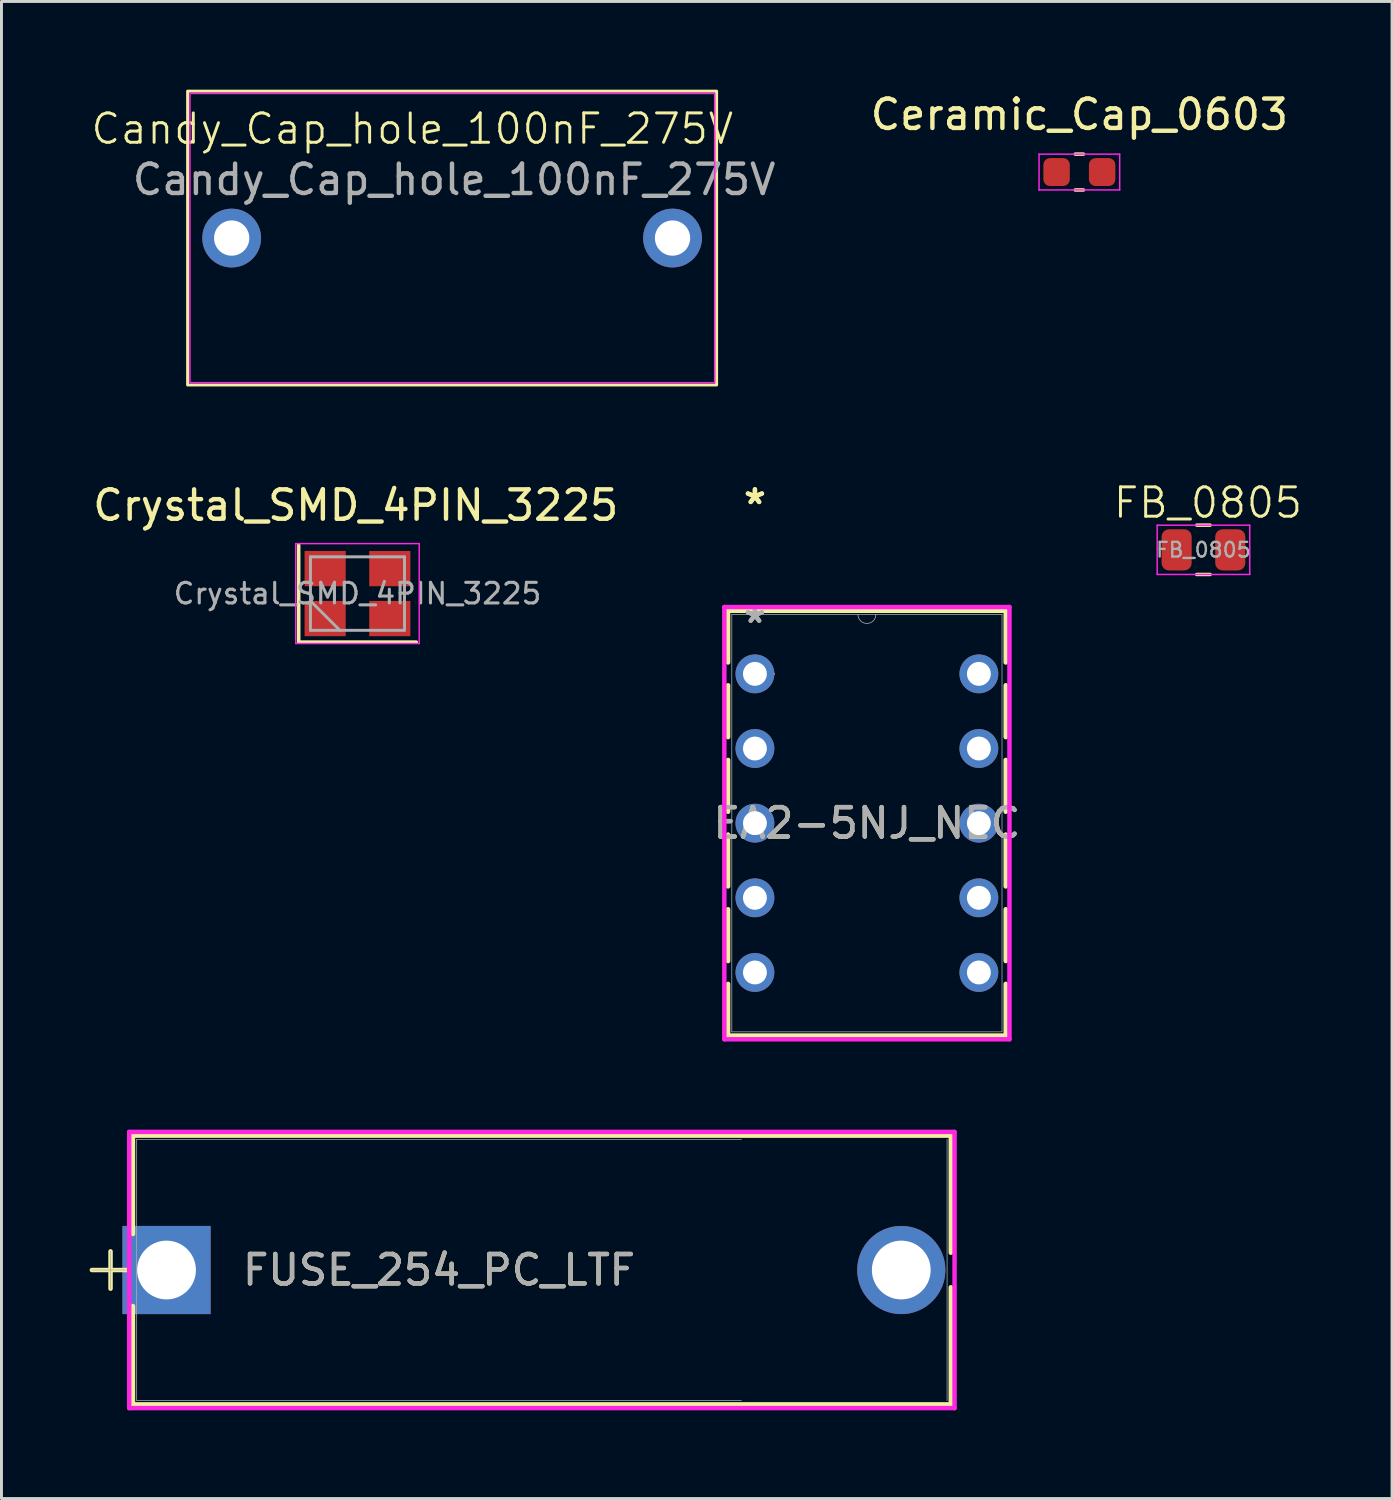
<source format=kicad_pcb>
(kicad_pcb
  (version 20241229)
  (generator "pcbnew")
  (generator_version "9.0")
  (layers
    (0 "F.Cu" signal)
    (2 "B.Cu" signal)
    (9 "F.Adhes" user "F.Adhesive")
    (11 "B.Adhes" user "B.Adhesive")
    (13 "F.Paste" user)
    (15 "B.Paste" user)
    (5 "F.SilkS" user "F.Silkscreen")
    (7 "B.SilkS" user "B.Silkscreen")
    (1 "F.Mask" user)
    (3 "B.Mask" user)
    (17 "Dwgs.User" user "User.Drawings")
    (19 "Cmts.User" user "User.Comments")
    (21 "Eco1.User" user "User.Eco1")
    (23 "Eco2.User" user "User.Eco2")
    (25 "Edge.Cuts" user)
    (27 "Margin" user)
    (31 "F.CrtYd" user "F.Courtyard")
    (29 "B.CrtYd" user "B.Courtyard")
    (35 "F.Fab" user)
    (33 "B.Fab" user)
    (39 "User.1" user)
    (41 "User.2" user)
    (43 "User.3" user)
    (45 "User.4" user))
  (footprint "FUSE_254_PC_LTF"
    (layer "F.Cu")
    (at 2.616 40.162)
    (property "Reference" "FUSE_254_PC_LTF" (at 9.271 0 0) (unlocked yes) (layer "F.SilkS") (effects (font (size 1 1) (thickness 0.15))))
    (attr through_hole)
    (fp_line (start -2.54 0) (end -1.285 0) (stroke (width 0.152) (type solid)) (layer "F.SilkS"))
    (fp_line (start -1.905 -0.635) (end -1.905 0.635) (stroke (width 0.152) (type solid)) (layer "F.SilkS"))
    (fp_line (start -1.143 -4.572) (end -1.143 -1.225) (stroke (width 0.152) (type solid)) (layer "F.SilkS"))
    (fp_line (start -1.143 1.225) (end -1.143 4.572) (stroke (width 0.152) (type solid)) (layer "F.SilkS"))
    (fp_line (start 26.685 -4.572) (end -1.143 -4.572) (stroke (width 0.152) (type solid)) (layer "F.SilkS"))
    (fp_line (start 26.685 -4.572) (end 26.685 -0.588) (stroke (width 0.152) (type solid)) (layer "F.SilkS"))
    (fp_line (start 26.685 0.588) (end 26.685 4.572) (stroke (width 0.152) (type solid)) (layer "F.SilkS"))
    (fp_line (start 26.685 4.572) (end -1.143 4.572) (stroke (width 0.152) (type solid)) (layer "F.SilkS"))
    (fp_line (start -1.27 -4.699) (end 26.812 -4.699) (stroke (width 0.152) (type solid)) (layer "F.CrtYd"))
    (fp_line (start -1.27 4.699) (end -1.27 -4.699) (stroke (width 0.152) (type solid)) (layer "F.CrtYd"))
    (fp_line (start 26.812 -4.699) (end 26.812 4.699) (stroke (width 0.152) (type solid)) (layer "F.CrtYd"))
    (fp_line (start 26.812 4.699) (end -1.27 4.699) (stroke (width 0.152) (type solid)) (layer "F.CrtYd"))
    (fp_line (start -2.54 0) (end -1.27 0) (stroke (width 0.025) (type solid)) (layer "F.Fab"))
    (fp_line (start -1.905 -0.635) (end -1.905 0.635) (stroke (width 0.025) (type solid)) (layer "F.Fab"))
    (fp_line (start -1.016 -4.445) (end -1.016 4.445) (stroke (width 0.025) (type solid)) (layer "F.Fab"))
    (fp_line (start 19.558 -4.445) (end -1.016 -4.445) (stroke (width 0.025) (type solid)) (layer "F.Fab"))
    (fp_line (start 19.558 4.445) (end -1.016 4.445) (stroke (width 0.025) (type solid)) (layer "F.Fab"))
    (fp_line (start 26.558 -4.445) (end 26.558 4.445) (stroke (width 0.025) (type solid)) (layer "F.Fab"))
    (fp_text user "${REFERENCE}" (at 9.271 0 0) (unlocked yes) (layer "F.Fab") (effects (font (size 1 1) (thickness 0.15))))
    (pad "1" thru_hole rect (at 0 0) (size 3 3) (drill 2) (layers "*.Cu" "*.Mask"))
    (pad "2" thru_hole circle (at 25 0) (size 3 3) (drill 2) (layers "*.Cu" "*.Mask")))
  (footprint "Crystal_SMD_4PIN_3225"
    (layer "F.Cu")
    (at 9.054 17.144)
    (property "Reference" "Crystal_SMD_4PIN_3225" (at 0 -3 0) (layer "F.SilkS") (effects (font (size 1 1) (thickness 0.15))))
    (attr smd)
    (fp_line (start -1.941 -1.648) (end -1.941 1.652) (stroke (width 0.12) (type solid)) (layer "F.SilkS"))
    (fp_line (start -1.941 1.652) (end 2.059 1.652) (stroke (width 0.12) (type solid)) (layer "F.SilkS"))
    (fp_line (start -2.041 -1.698) (end -2.041 1.702) (stroke (width 0.05) (type solid)) (layer "F.CrtYd"))
    (fp_line (start -2.041 1.702) (end 2.159 1.702) (stroke (width 0.05) (type solid)) (layer "F.CrtYd"))
    (fp_line (start 2.159 -1.698) (end -2.041 -1.698) (stroke (width 0.05) (type solid)) (layer "F.CrtYd"))
    (fp_line (start 2.159 1.702) (end 2.159 -1.698) (stroke (width 0.05) (type solid)) (layer "F.CrtYd"))
    (fp_line (start -1.541 -1.248) (end -1.541 1.252) (stroke (width 0.1) (type solid)) (layer "F.Fab"))
    (fp_line (start -1.541 0.252) (end -0.541 1.252) (stroke (width 0.1) (type solid)) (layer "F.Fab"))
    (fp_line (start -1.541 1.252) (end 1.659 1.252) (stroke (width 0.1) (type solid)) (layer "F.Fab"))
    (fp_line (start 1.659 -1.248) (end -1.541 -1.248) (stroke (width 0.1) (type solid)) (layer "F.Fab"))
    (fp_line (start 1.659 1.252) (end 1.659 -1.248) (stroke (width 0.1) (type solid)) (layer "F.Fab"))
    (fp_text user "${REFERENCE}" (at 0.059 0.002 0) (layer "F.Fab") (effects (font (size 0.7 0.7) (thickness 0.105))))
    (pad "1" smd rect (at -1.041 0.852) (size 1.4 1.2) (layers "F.Cu" "F.Mask" "F.Paste"))
    (pad "2" smd rect (at 1.159 0.852) (size 1.4 1.2) (layers "F.Cu" "F.Mask" "F.Paste"))
    (pad "3" smd rect (at 1.159 -0.848) (size 1.4 1.2) (layers "F.Cu" "F.Mask" "F.Paste"))
    (pad "4" smd rect (at -1.041 -0.848) (size 1.4 1.2) (layers "F.Cu" "F.Mask" "F.Paste")))
  (footprint "FB_0805"
    (layer "F.Cu")
    (at 36.196 16.648)
    (property "Reference" "FB_0805" (at 1.854 -2.591 0) (unlocked yes) (layer "F.SilkS") (effects (font (size 1 1) (thickness 0.1))))
    (attr smd)
    (fp_line (start 1.473 -0.152) (end 1.927 -0.152) (stroke (width 0.12) (type solid)) (layer "F.SilkS"))
    (fp_line (start 1.475 -1.829) (end 1.929 -1.829) (stroke (width 0.12) (type solid)) (layer "F.SilkS"))
    (fp_line (start 0.127 -1.829) (end 3.277 -1.829) (stroke (width 0.05) (type solid)) (layer "F.CrtYd"))
    (fp_line (start 0.127 -0.152) (end 0.127 -1.829) (stroke (width 0.05) (type solid)) (layer "F.CrtYd"))
    (fp_line (start 3.277 -1.829) (end 3.277 -0.152) (stroke (width 0.05) (type solid)) (layer "F.CrtYd"))
    (fp_line (start 3.277 -0.152) (end 0.127 -0.152) (stroke (width 0.05) (type solid)) (layer "F.CrtYd"))
    (fp_text user "${REFERENCE}" (at 1.7 -0.989 0) (layer "F.Fab") (effects (font (size 0.5 0.5) (thickness 0.08))))
    (pad "1" smd roundrect (at 0.788 -0.989) (size 1.025 1.4) (layers "F.Cu" "F.Mask" "F.Paste") (roundrect_rratio 0.244))
    (pad "2" smd roundrect (at 2.613 -0.989) (size 1.025 1.4) (layers "F.Cu" "F.Mask" "F.Paste") (roundrect_rratio 0.244)))
  (footprint "Ceramic_Cap_0603"
    (layer "F.Cu")
    (at 33.675 2.804)
    (property "Reference" "Ceramic_Cap_0603" (at 0 -1.956 0) (layer "F.SilkS") (effects (font (size 1 1) (thickness 0.15))))
    (attr smd)
    (fp_line (start -0.141 -0.61) (end 0.141 -0.61) (stroke (width 0.12) (type solid)) (layer "F.SilkS"))
    (fp_line (start -0.141 0.61) (end 0.141 0.61) (stroke (width 0.12) (type solid)) (layer "F.SilkS"))
    (fp_line (start -1.372 -0.61) (end 1.372 -0.61) (stroke (width 0.05) (type solid)) (layer "F.CrtYd"))
    (fp_line (start -1.372 0.61) (end -1.372 -0.61) (stroke (width 0.05) (type solid)) (layer "F.CrtYd"))
    (fp_line (start 1.372 -0.61) (end 1.372 0.61) (stroke (width 0.05) (type solid)) (layer "F.CrtYd"))
    (fp_line (start 1.372 0.609) (end -1.372 0.609) (stroke (width 0.05) (type solid)) (layer "F.CrtYd"))
    (pad "1" smd roundrect (at -0.775 0) (size 0.9 0.95) (layers "F.Cu" "F.Mask" "F.Paste") (roundrect_rratio 0.25))
    (pad "2" smd roundrect (at 0.775 0) (size 0.9 0.95) (layers "F.Cu" "F.Mask" "F.Paste") (roundrect_rratio 0.25)))
  (footprint "Candy_Cap_hole_100nF_275V"
    (layer "F.Cu")
    (at 3.359 10.046)
    (property "Reference" "Candy_Cap_hole_100nF_275V" (at 7.62 -8.712 0) (unlocked yes) (layer "F.SilkS") (effects (font (size 1 1) (thickness 0.1))))
    (attr through_hole)
    (fp_rect (start -0.026 -9.996) (end 17.974 0.004) (stroke (width 0.1) (type default)) (fill no) (layer "F.SilkS"))
    (fp_rect (start 0.054 -9.916) (end 17.907 -0.076) (stroke (width 0.05) (type default)) (fill no) (layer "F.CrtYd"))
    (fp_text user "${REFERENCE}" (at 9.042 -6.985 0) (unlocked yes) (layer "F.Fab") (effects (font (size 1 1) (thickness 0.15))))
    (pad "1" thru_hole circle (at 1.474 -4.996) (size 2 2) (drill 1.2) (layers "*.Cu" "*.Mask"))
    (pad "2" thru_hole circle (at 16.474 -4.996) (size 2 2) (drill 1.2) (layers "*.Cu" "*.Mask")))
  (footprint "EA2-5NJ_NEC"
    (layer "F.Cu")
    (at 22.636 19.878)
    (property "Reference" "EA2-5NJ_NEC" (at 3.81 5.079 0) (unlocked yes) (layer "F.SilkS") (effects (font (size 1 1) (thickness 0.15))))
    (attr through_hole)
    (fp_line (start -0.914 -2.147) (end -0.914 -0.388) (stroke (width 0.152) (type solid)) (layer "F.SilkS"))
    (fp_line (start -0.914 0.388) (end -0.914 2.152) (stroke (width 0.152) (type solid)) (layer "F.SilkS"))
    (fp_line (start -0.914 2.928) (end -0.914 4.692) (stroke (width 0.152) (type solid)) (layer "F.SilkS"))
    (fp_line (start -0.914 5.468) (end -0.914 7.232) (stroke (width 0.152) (type solid)) (layer "F.SilkS"))
    (fp_line (start -0.914 8.008) (end -0.914 9.772) (stroke (width 0.152) (type solid)) (layer "F.SilkS"))
    (fp_line (start -0.914 10.548) (end -0.914 12.306) (stroke (width 0.152) (type solid)) (layer "F.SilkS"))
    (fp_line (start -0.914 12.306) (end 8.534 12.306) (stroke (width 0.152) (type solid)) (layer "F.SilkS"))
    (fp_line (start 8.534 -2.147) (end -0.914 -2.147) (stroke (width 0.152) (type solid)) (layer "F.SilkS"))
    (fp_line (start 8.534 -0.388) (end 8.534 -2.147) (stroke (width 0.152) (type solid)) (layer "F.SilkS"))
    (fp_line (start 8.534 2.152) (end 8.534 0.388) (stroke (width 0.152) (type solid)) (layer "F.SilkS"))
    (fp_line (start 8.534 4.692) (end 8.534 2.928) (stroke (width 0.152) (type solid)) (layer "F.SilkS"))
    (fp_line (start 8.534 7.232) (end 8.534 5.468) (stroke (width 0.152) (type solid)) (layer "F.SilkS"))
    (fp_line (start 8.534 9.772) (end 8.534 8.008) (stroke (width 0.152) (type solid)) (layer "F.SilkS"))
    (fp_line (start 8.534 12.306) (end 8.534 10.548) (stroke (width 0.152) (type solid)) (layer "F.SilkS"))
    (fp_line (start -1.041 -2.274) (end 8.661 -2.274) (stroke (width 0.152) (type solid)) (layer "F.CrtYd"))
    (fp_line (start -1.041 12.433) (end -1.041 -2.274) (stroke (width 0.152) (type solid)) (layer "F.CrtYd"))
    (fp_line (start 8.661 -2.274) (end 8.661 12.433) (stroke (width 0.152) (type solid)) (layer "F.CrtYd"))
    (fp_line (start 8.661 12.433) (end -1.041 12.433) (stroke (width 0.152) (type solid)) (layer "F.CrtYd"))
    (fp_line (start -0.787 -2.02) (end -0.787 12.179) (stroke (width 0.025) (type solid)) (layer "F.Fab"))
    (fp_line (start -0.787 12.179) (end 8.407 12.179) (stroke (width 0.025) (type solid)) (layer "F.Fab"))
    (fp_line (start 8.407 -2.02) (end -0.787 -2.02) (stroke (width 0.025) (type solid)) (layer "F.Fab"))
    (fp_line (start 8.407 12.179) (end 8.407 -2.02) (stroke (width 0.025) (type solid)) (layer "F.Fab"))
    (fp_arc (start 4.1148 -2.02) (mid 3.81 -1.7152) (end 3.5052 -2.02) (stroke (width 0.0254) (type solid)) (layer "F.Fab"))
    (fp_circle (center 0.66 0) (end 0.66 0) (stroke (width 0.025) (type solid)) (fill no) (layer "F.Fab"))
    (fp_text user "*" (at 0 -5.733 0) (layer "F.SilkS") (effects (font (size 1 1) (thickness 0.15))))
    (fp_text user "*" (at 0 -5.733 0) (unlocked yes) (layer "F.SilkS") (effects (font (size 1 1) (thickness 0.15))))
    (fp_text user "*" (at 0 -1.693 0) (layer "F.Fab") (effects (font (size 1 1) (thickness 0.15))))
    (fp_text user "*" (at 0 -1.693 0) (unlocked yes) (layer "F.Fab") (effects (font (size 1 1) (thickness 0.15))))
    (fp_text user "${REFERENCE}" (at 3.81 5.079 0) (unlocked yes) (layer "F.Fab") (effects (font (size 1 1) (thickness 0.15))))
    (pad "1" thru_hole circle (at 0 0) (size 1.321 1.321) (drill 0.813) (layers "*.Cu" "*.Mask"))
    (pad "2" thru_hole circle (at 0 2.54) (size 1.321 1.321) (drill 0.813) (layers "*.Cu" "*.Mask"))
    (pad "3" thru_hole circle (at 0 5.08) (size 1.321 1.321) (drill 0.813) (layers "*.Cu" "*.Mask"))
    (pad "4" thru_hole circle (at 0 7.62) (size 1.321 1.321) (drill 0.813) (layers "*.Cu" "*.Mask"))
    (pad "5" thru_hole circle (at 0 10.16) (size 1.321 1.321) (drill 0.813) (layers "*.Cu" "*.Mask"))
    (pad "6" thru_hole circle (at 7.62 10.16) (size 1.321 1.321) (drill 0.813) (layers "*.Cu" "*.Mask"))
    (pad "7" thru_hole circle (at 7.62 7.62) (size 1.321 1.321) (drill 0.813) (layers "*.Cu" "*.Mask"))
    (pad "8" thru_hole circle (at 7.62 5.08) (size 1.321 1.321) (drill 0.813) (layers "*.Cu" "*.Mask"))
    (pad "9" thru_hole circle (at 7.62 2.54) (size 1.321 1.321) (drill 0.813) (layers "*.Cu" "*.Mask"))
    (pad "10" thru_hole circle (at 7.62 0) (size 1.321 1.321) (drill 0.813) (layers "*.Cu" "*.Mask")))
  (gr_rect
    (start -3 -3)
    (end 44.314 47.937)
    (stroke (width 0.1) (type default))
    (fill no)
    (layer "Edge.Cuts")))
</source>
